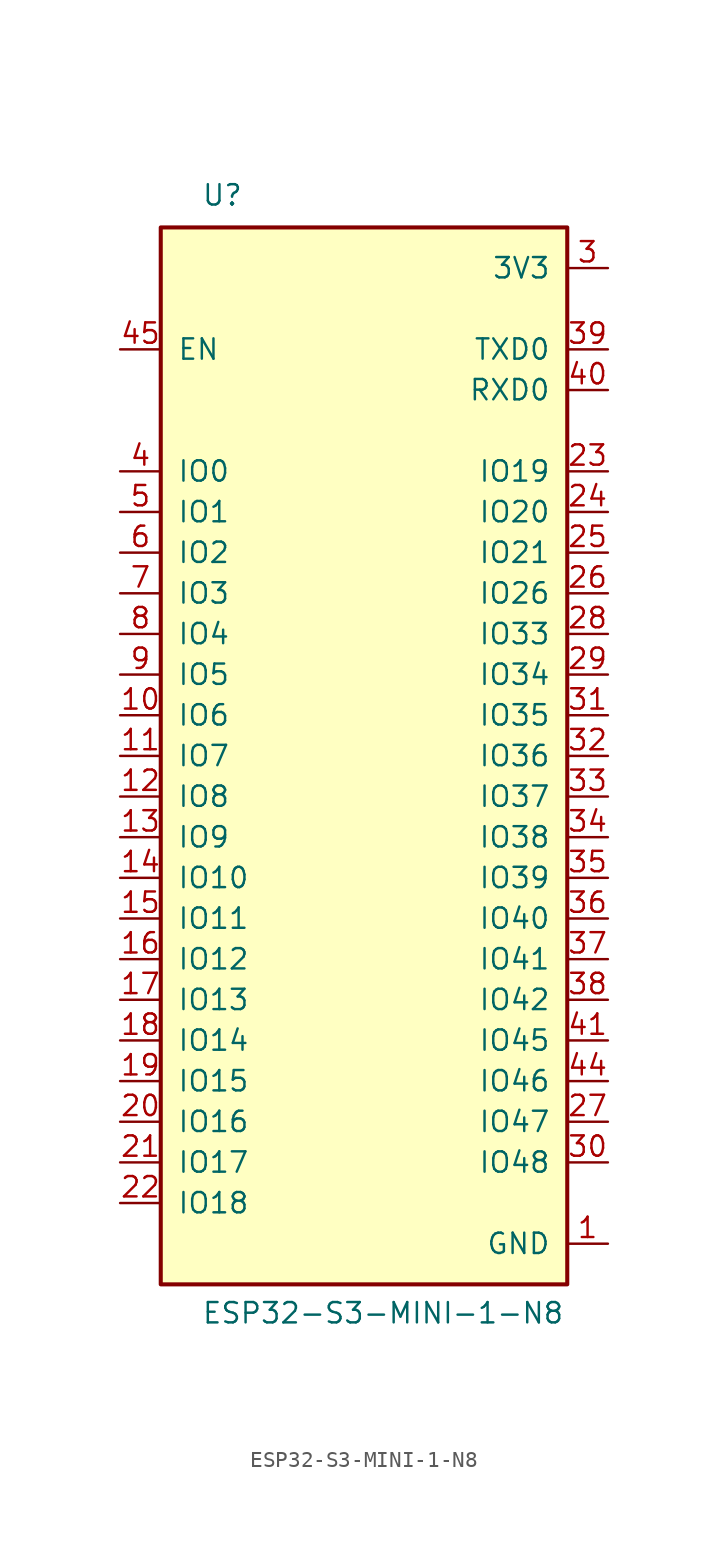
<source format=kicad_sym>
(kicad_symbol_lib
  (version 20220914)
  (generator kicad_symbol_editor)
  (symbol "ESP32-S3-MINI-1-N8"
    (pin_names
      (offset 1.016))
    (property "Reference" "U"
      (at -10.16 34.29 0)
      (effects (font (size 1.27 1.27)) (justify left bottom)))
    (property "Value" "ESP32-S3-MINI-1-N8"
      (at -10.16 -35.56 0)
      (effects (font (size 1.27 1.27)) (justify left bottom)))
    (symbol "ESP32-S3-MINI-1-N8_0_0"
      (rectangle (start -12.7 33.02) (end 12.7 -33.02) (stroke (width 0.254) (type default)) (fill (type background)))
      (pin power_in line (at 15.24 -30.48 180) (length 2.54) (name "GND" (effects (font (size 1.27 1.27)))) (number "1" (effects (font (size 1.27 1.27)))))
      (pin bidirectional line (at -15.24 2.54 0) (length 2.54) (name "IO6" (effects (font (size 1.27 1.27)))) (number "10" (effects (font (size 1.27 1.27)))))
      (pin bidirectional line (at -15.24 0 0) (length 2.54) (name "IO7" (effects (font (size 1.27 1.27)))) (number "11" (effects (font (size 1.27 1.27)))))
      (pin bidirectional line (at -15.24 -2.54 0) (length 2.54) (name "IO8" (effects (font (size 1.27 1.27)))) (number "12" (effects (font (size 1.27 1.27)))))
      (pin bidirectional line (at -15.24 -5.08 0) (length 2.54) (name "IO9" (effects (font (size 1.27 1.27)))) (number "13" (effects (font (size 1.27 1.27)))))
      (pin bidirectional line (at -15.24 -7.62 0) (length 2.54) (name "IO10" (effects (font (size 1.27 1.27)))) (number "14" (effects (font (size 1.27 1.27)))))
      (pin bidirectional line (at -15.24 -10.16 0) (length 2.54) (name "IO11" (effects (font (size 1.27 1.27)))) (number "15" (effects (font (size 1.27 1.27)))))
      (pin bidirectional line (at -15.24 -12.7 0) (length 2.54) (name "IO12" (effects (font (size 1.27 1.27)))) (number "16" (effects (font (size 1.27 1.27)))))
      (pin bidirectional line (at -15.24 -15.24 0) (length 2.54) (name "IO13" (effects (font (size 1.27 1.27)))) (number "17" (effects (font (size 1.27 1.27)))))
      (pin bidirectional line (at -15.24 -17.78 0) (length 2.54) (name "IO14" (effects (font (size 1.27 1.27)))) (number "18" (effects (font (size 1.27 1.27)))))
      (pin bidirectional line (at -15.24 -20.32 0) (length 2.54) (name "IO15" (effects (font (size 1.27 1.27)))) (number "19" (effects (font (size 1.27 1.27)))))
      (pin power_in line (at 15.24 -30.48 180) (length 2.54) hide (name "GND" (effects (font (size 1.27 1.27)))) (number "2" (effects (font (size 1.27 1.27)))))
      (pin bidirectional line (at -15.24 -22.86 0) (length 2.54) (name "IO16" (effects (font (size 1.27 1.27)))) (number "20" (effects (font (size 1.27 1.27)))))
      (pin bidirectional line (at -15.24 -25.4 0) (length 2.54) (name "IO17" (effects (font (size 1.27 1.27)))) (number "21" (effects (font (size 1.27 1.27)))))
      (pin bidirectional line (at -15.24 -27.94 0) (length 2.54) (name "IO18" (effects (font (size 1.27 1.27)))) (number "22" (effects (font (size 1.27 1.27)))))
      (pin bidirectional line (at 15.24 17.78 180) (length 2.54) (name "IO19" (effects (font (size 1.27 1.27)))) (number "23" (effects (font (size 1.27 1.27)))))
      (pin bidirectional line (at 15.24 15.24 180) (length 2.54) (name "IO20" (effects (font (size 1.27 1.27)))) (number "24" (effects (font (size 1.27 1.27)))))
      (pin bidirectional line (at 15.24 12.7 180) (length 2.54) (name "IO21" (effects (font (size 1.27 1.27)))) (number "25" (effects (font (size 1.27 1.27)))))
      (pin bidirectional line (at 15.24 10.16 180) (length 2.54) (name "IO26" (effects (font (size 1.27 1.27)))) (number "26" (effects (font (size 1.27 1.27)))))
      (pin bidirectional line (at 15.24 -22.86 180) (length 2.54) (name "IO47" (effects (font (size 1.27 1.27)))) (number "27" (effects (font (size 1.27 1.27)))))
      (pin bidirectional line (at 15.24 7.62 180) (length 2.54) (name "IO33" (effects (font (size 1.27 1.27)))) (number "28" (effects (font (size 1.27 1.27)))))
      (pin bidirectional line (at 15.24 5.08 180) (length 2.54) (name "IO34" (effects (font (size 1.27 1.27)))) (number "29" (effects (font (size 1.27 1.27)))))
      (pin power_in line (at 15.24 30.48 180) (length 2.54) (name "3V3" (effects (font (size 1.27 1.27)))) (number "3" (effects (font (size 1.27 1.27)))))
      (pin bidirectional line (at 15.24 -25.4 180) (length 2.54) (name "IO48" (effects (font (size 1.27 1.27)))) (number "30" (effects (font (size 1.27 1.27)))))
      (pin bidirectional line (at 15.24 2.54 180) (length 2.54) (name "IO35" (effects (font (size 1.27 1.27)))) (number "31" (effects (font (size 1.27 1.27)))))
      (pin bidirectional line (at 15.24 0 180) (length 2.54) (name "IO36" (effects (font (size 1.27 1.27)))) (number "32" (effects (font (size 1.27 1.27)))))
      (pin bidirectional line (at 15.24 -2.54 180) (length 2.54) (name "IO37" (effects (font (size 1.27 1.27)))) (number "33" (effects (font (size 1.27 1.27)))))
      (pin bidirectional line (at 15.24 -5.08 180) (length 2.54) (name "IO38" (effects (font (size 1.27 1.27)))) (number "34" (effects (font (size 1.27 1.27)))))
      (pin bidirectional line (at 15.24 -7.62 180) (length 2.54) (name "IO39" (effects (font (size 1.27 1.27)))) (number "35" (effects (font (size 1.27 1.27)))))
      (pin bidirectional line (at 15.24 -10.16 180) (length 2.54) (name "IO40" (effects (font (size 1.27 1.27)))) (number "36" (effects (font (size 1.27 1.27)))))
      (pin bidirectional line (at 15.24 -12.7 180) (length 2.54) (name "IO41" (effects (font (size 1.27 1.27)))) (number "37" (effects (font (size 1.27 1.27)))))
      (pin bidirectional line (at 15.24 -15.24 180) (length 2.54) (name "IO42" (effects (font (size 1.27 1.27)))) (number "38" (effects (font (size 1.27 1.27)))))
      (pin bidirectional line (at 15.24 25.4 180) (length 2.54) (name "TXD0" (effects (font (size 1.27 1.27)))) (number "39" (effects (font (size 1.27 1.27)))))
      (pin bidirectional line (at -15.24 17.78 0) (length 2.54) (name "IO0" (effects (font (size 1.27 1.27)))) (number "4" (effects (font (size 1.27 1.27)))))
      (pin bidirectional line (at 15.24 22.86 180) (length 2.54) (name "RXD0" (effects (font (size 1.27 1.27)))) (number "40" (effects (font (size 1.27 1.27)))))
      (pin bidirectional line (at 15.24 -17.78 180) (length 2.54) (name "IO45" (effects (font (size 1.27 1.27)))) (number "41" (effects (font (size 1.27 1.27)))))
      (pin power_in line (at 15.24 -30.48 180) (length 2.54) hide (name "GND" (effects (font (size 1.27 1.27)))) (number "42" (effects (font (size 1.27 1.27)))))
      (pin power_in line (at 15.24 -30.48 180) (length 2.54) hide (name "GND" (effects (font (size 1.27 1.27)))) (number "43" (effects (font (size 1.27 1.27)))))
      (pin bidirectional line (at 15.24 -20.32 180) (length 2.54) (name "IO46" (effects (font (size 1.27 1.27)))) (number "44" (effects (font (size 1.27 1.27)))))
      (pin input line (at -15.24 25.4 0) (length 2.54) (name "EN" (effects (font (size 1.27 1.27)))) (number "45" (effects (font (size 1.27 1.27)))))
      (pin power_in line (at 15.24 -30.48 180) (length 2.54) hide (name "GND" (effects (font (size 1.27 1.27)))) (number "46" (effects (font (size 1.27 1.27)))))
      (pin power_in line (at 15.24 -30.48 180) (length 2.54) hide (name "GND" (effects (font (size 1.27 1.27)))) (number "47" (effects (font (size 1.27 1.27)))))
      (pin power_in line (at 15.24 -30.48 180) (length 2.54) hide (name "GND" (effects (font (size 1.27 1.27)))) (number "48" (effects (font (size 1.27 1.27)))))
      (pin power_in line (at 15.24 -30.48 180) (length 2.54) hide (name "GND" (effects (font (size 1.27 1.27)))) (number "49" (effects (font (size 1.27 1.27)))))
      (pin bidirectional line (at -15.24 15.24 0) (length 2.54) (name "IO1" (effects (font (size 1.27 1.27)))) (number "5" (effects (font (size 1.27 1.27)))))
      (pin power_in line (at 15.24 -30.48 180) (length 2.54) hide (name "GND" (effects (font (size 1.27 1.27)))) (number "50" (effects (font (size 1.27 1.27)))))
      (pin power_in line (at 15.24 -30.48 180) (length 2.54) hide (name "GND" (effects (font (size 1.27 1.27)))) (number "51" (effects (font (size 1.27 1.27)))))
      (pin power_in line (at 15.24 -30.48 180) (length 2.54) hide (name "GND" (effects (font (size 1.27 1.27)))) (number "52" (effects (font (size 1.27 1.27)))))
      (pin power_in line (at 15.24 -30.48 180) (length 2.54) hide (name "GND" (effects (font (size 1.27 1.27)))) (number "53" (effects (font (size 1.27 1.27)))))
      (pin power_in line (at 15.24 -30.48 180) (length 2.54) hide (name "GND" (effects (font (size 1.27 1.27)))) (number "54" (effects (font (size 1.27 1.27)))))
      (pin power_in line (at 15.24 -30.48 180) (length 2.54) hide (name "GND" (effects (font (size 1.27 1.27)))) (number "55" (effects (font (size 1.27 1.27)))))
      (pin power_in line (at 15.24 -30.48 180) (length 2.54) hide (name "GND" (effects (font (size 1.27 1.27)))) (number "56" (effects (font (size 1.27 1.27)))))
      (pin power_in line (at 15.24 -30.48 180) (length 2.54) hide (name "GND" (effects (font (size 1.27 1.27)))) (number "57" (effects (font (size 1.27 1.27)))))
      (pin power_in line (at 15.24 -30.48 180) (length 2.54) hide (name "GND" (effects (font (size 1.27 1.27)))) (number "58" (effects (font (size 1.27 1.27)))))
      (pin power_in line (at 15.24 -30.48 180) (length 2.54) hide (name "GND" (effects (font (size 1.27 1.27)))) (number "59" (effects (font (size 1.27 1.27)))))
      (pin bidirectional line (at -15.24 12.7 0) (length 2.54) (name "IO2" (effects (font (size 1.27 1.27)))) (number "6" (effects (font (size 1.27 1.27)))))
      (pin power_in line (at 15.24 -30.48 180) (length 2.54) hide (name "GND" (effects (font (size 1.27 1.27)))) (number "60" (effects (font (size 1.27 1.27)))))
      (pin power_in line (at 15.24 -30.48 180) (length 2.54) hide (name "GND" (effects (font (size 1.27 1.27)))) (number "61" (effects (font (size 1.27 1.27)))))
      (pin power_in line (at 15.24 -30.48 180) (length 2.54) hide (name "GND" (effects (font (size 1.27 1.27)))) (number "61_1" (effects (font (size 1.27 1.27)))))
      (pin power_in line (at 15.24 -30.48 180) (length 2.54) hide (name "GND" (effects (font (size 1.27 1.27)))) (number "61_2" (effects (font (size 1.27 1.27)))))
      (pin power_in line (at 15.24 -30.48 180) (length 2.54) hide (name "GND" (effects (font (size 1.27 1.27)))) (number "61_3" (effects (font (size 1.27 1.27)))))
      (pin power_in line (at 15.24 -30.48 180) (length 2.54) hide (name "GND" (effects (font (size 1.27 1.27)))) (number "61_4" (effects (font (size 1.27 1.27)))))
      (pin power_in line (at 15.24 -30.48 180) (length 2.54) hide (name "GND" (effects (font (size 1.27 1.27)))) (number "61_5" (effects (font (size 1.27 1.27)))))
      (pin power_in line (at 15.24 -30.48 180) (length 2.54) hide (name "GND" (effects (font (size 1.27 1.27)))) (number "61_6" (effects (font (size 1.27 1.27)))))
      (pin power_in line (at 15.24 -30.48 180) (length 2.54) hide (name "GND" (effects (font (size 1.27 1.27)))) (number "61_7" (effects (font (size 1.27 1.27)))))
      (pin power_in line (at 15.24 -30.48 180) (length 2.54) hide (name "GND" (effects (font (size 1.27 1.27)))) (number "61_8" (effects (font (size 1.27 1.27)))))
      (pin power_in line (at 15.24 -30.48 180) (length 2.54) hide (name "GND" (effects (font (size 1.27 1.27)))) (number "62" (effects (font (size 1.27 1.27)))))
      (pin power_in line (at 15.24 -30.48 180) (length 2.54) hide (name "GND" (effects (font (size 1.27 1.27)))) (number "63" (effects (font (size 1.27 1.27)))))
      (pin power_in line (at 15.24 -30.48 180) (length 2.54) hide (name "GND" (effects (font (size 1.27 1.27)))) (number "64" (effects (font (size 1.27 1.27)))))
      (pin power_in line (at 15.24 -30.48 180) (length 2.54) hide (name "GND" (effects (font (size 1.27 1.27)))) (number "65" (effects (font (size 1.27 1.27)))))
      (pin bidirectional line (at -15.24 10.16 0) (length 2.54) (name "IO3" (effects (font (size 1.27 1.27)))) (number "7" (effects (font (size 1.27 1.27)))))
      (pin bidirectional line (at -15.24 7.62 0) (length 2.54) (name "IO4" (effects (font (size 1.27 1.27)))) (number "8" (effects (font (size 1.27 1.27)))))
      (pin bidirectional line (at -15.24 5.08 0) (length 2.54) (name "IO5" (effects (font (size 1.27 1.27)))) (number "9" (effects (font (size 1.27 1.27))))))))
</source>
